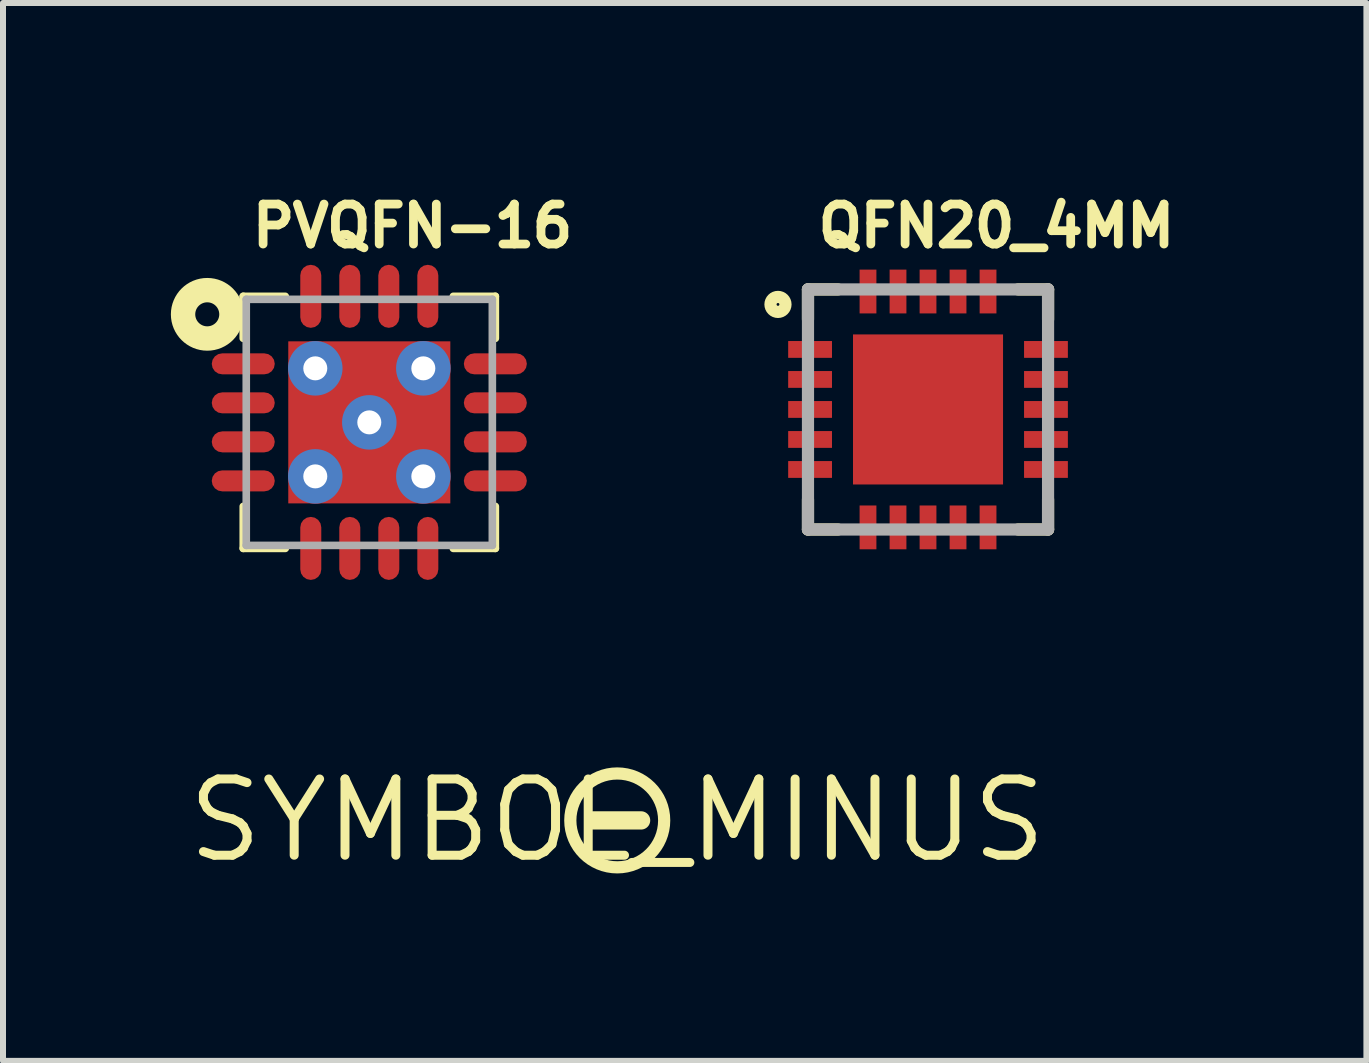
<source format=kicad_pcb>
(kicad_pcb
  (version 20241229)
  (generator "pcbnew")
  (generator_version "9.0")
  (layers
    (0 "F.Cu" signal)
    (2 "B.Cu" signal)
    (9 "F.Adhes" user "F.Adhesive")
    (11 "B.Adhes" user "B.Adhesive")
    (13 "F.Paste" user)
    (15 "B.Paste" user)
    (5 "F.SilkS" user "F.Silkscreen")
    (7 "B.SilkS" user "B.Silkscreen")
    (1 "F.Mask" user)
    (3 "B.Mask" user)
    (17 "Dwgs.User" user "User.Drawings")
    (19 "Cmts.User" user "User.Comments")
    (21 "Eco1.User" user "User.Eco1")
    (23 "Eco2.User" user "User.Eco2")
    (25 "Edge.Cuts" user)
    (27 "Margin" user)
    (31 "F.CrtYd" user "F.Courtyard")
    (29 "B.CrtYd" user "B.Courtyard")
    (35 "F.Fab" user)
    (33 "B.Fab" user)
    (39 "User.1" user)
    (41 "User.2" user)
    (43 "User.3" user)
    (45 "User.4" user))
  (footprint "QFN20_4MM"
    (layer "F.Cu")
    (at 12.412 3.772)
    (property "Reference" "QFN20_4MM" (at -1.905 -2.667 0) (layer "F.SilkS") (effects (font (size 0.666 0.666) (thickness 0.146)) (justify left bottom)))
    (fp_poly (pts (xy -2.4 -0.8) (xy -1.5 -0.8) (xy -1.5 -1.2) (xy -2.4 -1.2)) (stroke (width 0) (type solid)) (fill yes) (layer "F.Mask"))
    (fp_poly (pts (xy -2.4 -0.3) (xy -1.5 -0.3) (xy -1.5 -0.7) (xy -2.4 -0.7)) (stroke (width 0) (type solid)) (fill yes) (layer "F.Mask"))
    (fp_poly (pts (xy -2.4 0.2) (xy -1.5 0.2) (xy -1.5 -0.2) (xy -2.4 -0.2)) (stroke (width 0) (type solid)) (fill yes) (layer "F.Mask"))
    (fp_poly (pts (xy -2.4 0.7) (xy -1.5 0.7) (xy -1.5 0.3) (xy -2.4 0.3)) (stroke (width 0) (type solid)) (fill yes) (layer "F.Mask"))
    (fp_poly (pts (xy -2.4 1.2) (xy -1.5 1.2) (xy -1.5 0.8) (xy -2.4 0.8)) (stroke (width 0) (type solid)) (fill yes) (layer "F.Mask"))
    (fp_poly (pts (xy -1.2 -2.4) (xy -1.2 -1.5) (xy -0.8 -1.5) (xy -0.8 -2.4)) (stroke (width 0) (type solid)) (fill yes) (layer "F.Mask"))
    (fp_poly (pts (xy -0.8 2.4) (xy -0.8 1.5) (xy -1.2 1.5) (xy -1.2 2.4)) (stroke (width 0) (type solid)) (fill yes) (layer "F.Mask"))
    (fp_poly (pts (xy -0.7 -2.4) (xy -0.7 -1.5) (xy -0.3 -1.5) (xy -0.3 -2.4)) (stroke (width 0) (type solid)) (fill yes) (layer "F.Mask"))
    (fp_poly (pts (xy -0.3 2.4) (xy -0.3 1.5) (xy -0.7 1.5) (xy -0.7 2.4)) (stroke (width 0) (type solid)) (fill yes) (layer "F.Mask"))
    (fp_poly (pts (xy -0.2 -2.4) (xy -0.2 -1.5) (xy 0.2 -1.5) (xy 0.2 -2.4)) (stroke (width 0) (type solid)) (fill yes) (layer "F.Mask"))
    (fp_poly (pts (xy 0.2 2.4) (xy 0.2 1.5) (xy -0.2 1.5) (xy -0.2 2.4)) (stroke (width 0) (type solid)) (fill yes) (layer "F.Mask"))
    (fp_poly (pts (xy 0.3 -2.4) (xy 0.3 -1.5) (xy 0.7 -1.5) (xy 0.7 -2.4)) (stroke (width 0) (type solid)) (fill yes) (layer "F.Mask"))
    (fp_poly (pts (xy 0.7 2.4) (xy 0.7 1.5) (xy 0.3 1.5) (xy 0.3 2.4)) (stroke (width 0) (type solid)) (fill yes) (layer "F.Mask"))
    (fp_poly (pts (xy 0.8 -2.4) (xy 0.8 -1.5) (xy 1.2 -1.5) (xy 1.2 -2.4)) (stroke (width 0) (type solid)) (fill yes) (layer "F.Mask"))
    (fp_poly (pts (xy 1.2 2.4) (xy 1.2 1.5) (xy 0.8 1.5) (xy 0.8 2.4)) (stroke (width 0) (type solid)) (fill yes) (layer "F.Mask"))
    (fp_poly (pts (xy 2.4 -1.2) (xy 1.5 -1.2) (xy 1.5 -0.8) (xy 2.4 -0.8)) (stroke (width 0) (type solid)) (fill yes) (layer "F.Mask"))
    (fp_poly (pts (xy 2.4 -0.7) (xy 1.5 -0.7) (xy 1.5 -0.3) (xy 2.4 -0.3)) (stroke (width 0) (type solid)) (fill yes) (layer "F.Mask"))
    (fp_poly (pts (xy 2.4 -0.2) (xy 1.5 -0.2) (xy 1.5 0.2) (xy 2.4 0.2)) (stroke (width 0) (type solid)) (fill yes) (layer "F.Mask"))
    (fp_poly (pts (xy 2.4 0.3) (xy 1.5 0.3) (xy 1.5 0.7) (xy 2.4 0.7)) (stroke (width 0) (type solid)) (fill yes) (layer "F.Mask"))
    (fp_poly (pts (xy 2.4 0.8) (xy 1.5 0.8) (xy 1.5 1.2) (xy 2.4 1.2)) (stroke (width 0) (type solid)) (fill yes) (layer "F.Mask"))
    (fp_line (start -2 -2) (end -2 -1.5) (stroke (width 0.203) (type solid)) (layer "F.SilkS"))
    (fp_line (start -2 2) (end -2 1.5) (stroke (width 0.203) (type solid)) (layer "F.SilkS"))
    (fp_line (start -1.5 -2) (end -2 -2) (stroke (width 0.203) (type solid)) (layer "F.SilkS"))
    (fp_line (start -1.5 2) (end -2 2) (stroke (width 0.203) (type solid)) (layer "F.SilkS"))
    (fp_line (start 1.5 -2) (end 2 -2) (stroke (width 0.203) (type solid)) (layer "F.SilkS"))
    (fp_line (start 1.5 2) (end 2 2) (stroke (width 0.203) (type solid)) (layer "F.SilkS"))
    (fp_line (start 2 -2) (end 2 -1.5) (stroke (width 0.203) (type solid)) (layer "F.SilkS"))
    (fp_line (start 2 2) (end 2 1.5) (stroke (width 0.203) (type solid)) (layer "F.SilkS"))
    (fp_circle (center -2.5 -1.75) (end -2.375 -1.75) (stroke (width 0.203) (type solid)) (fill no) (layer "F.SilkS"))
    (fp_poly (pts (xy -1 -0.25) (xy -0.25 -0.25) (xy -0.25 -1) (xy -1 -1)) (stroke (width 0) (type solid)) (fill yes) (layer "F.Paste"))
    (fp_poly (pts (xy -1 1) (xy -0.25 1) (xy -0.25 0.25) (xy -1 0.25)) (stroke (width 0) (type solid)) (fill yes) (layer "F.Paste"))
    (fp_poly (pts (xy 0.25 -0.25) (xy 1 -0.25) (xy 1 -1) (xy 0.25 -1)) (stroke (width 0) (type solid)) (fill yes) (layer "F.Paste"))
    (fp_poly (pts (xy 0.25 1) (xy 1 1) (xy 1 0.25) (xy 0.25 0.25)) (stroke (width 0) (type solid)) (fill yes) (layer "F.Paste"))
    (fp_line (start -2 -2) (end 2 -2) (stroke (width 0.203) (type solid)) (layer "F.Fab"))
    (fp_line (start -2 2) (end -2 -2) (stroke (width 0.203) (type solid)) (layer "F.Fab"))
    (fp_line (start 2 -2) (end 2 2) (stroke (width 0.203) (type solid)) (layer "F.Fab"))
    (fp_line (start 2 2) (end -2 2) (stroke (width 0.203) (type solid)) (layer "F.Fab"))
    (pad "P$1" smd rect (at -1.965 -1 90) (size 0.28 0.73) (layers "F.Cu" "F.Paste"))
    (pad "P$2" smd rect (at -1.965 -0.5 90) (size 0.28 0.73) (layers "F.Cu" "F.Paste"))
    (pad "P$3" smd rect (at -1.965 0 90) (size 0.28 0.73) (layers "F.Cu" "F.Paste"))
    (pad "P$4" smd rect (at -1.965 0.5 90) (size 0.28 0.73) (layers "F.Cu" "F.Paste"))
    (pad "P$5" smd rect (at -1.965 1 90) (size 0.28 0.73) (layers "F.Cu" "F.Paste"))
    (pad "P$6" smd rect (at -1 1.965 180) (size 0.28 0.73) (layers "F.Cu" "F.Paste"))
    (pad "P$7" smd rect (at -0.5 1.965 180) (size 0.28 0.73) (layers "F.Cu" "F.Paste"))
    (pad "P$8" smd rect (at 0 1.965 180) (size 0.28 0.73) (layers "F.Cu" "F.Paste"))
    (pad "P$9" smd rect (at 0.5 1.965 180) (size 0.28 0.73) (layers "F.Cu" "F.Paste"))
    (pad "P$10" smd rect (at 1 1.965 180) (size 0.28 0.73) (layers "F.Cu" "F.Paste"))
    (pad "P$11" smd rect (at 1.965 1 270) (size 0.28 0.73) (layers "F.Cu" "F.Paste"))
    (pad "P$12" smd rect (at 1.965 0.5 270) (size 0.28 0.73) (layers "F.Cu" "F.Paste"))
    (pad "P$13" smd rect (at 1.965 0 270) (size 0.28 0.73) (layers "F.Cu" "F.Paste"))
    (pad "P$14" smd rect (at 1.965 -0.5 270) (size 0.28 0.73) (layers "F.Cu" "F.Paste"))
    (pad "P$15" smd rect (at 1.965 -1 270) (size 0.28 0.73) (layers "F.Cu" "F.Paste"))
    (pad "P$16" smd rect (at 1 -1.965) (size 0.28 0.73) (layers "F.Cu" "F.Paste"))
    (pad "P$17" smd rect (at 0.5 -1.965) (size 0.28 0.73) (layers "F.Cu" "F.Paste"))
    (pad "P$18" smd rect (at 0 -1.965) (size 0.28 0.73) (layers "F.Cu" "F.Paste"))
    (pad "P$19" smd rect (at -0.5 -1.965) (size 0.28 0.73) (layers "F.Cu" "F.Paste"))
    (pad "P$20" smd rect (at -1 -1.965) (size 0.28 0.73) (layers "F.Cu" "F.Paste"))
    (pad "P$21" smd rect (at 0 0) (size 2.5 2.5) (layers "F.Cu" "F.Mask")))
  (footprint "SYMBOL_MINUS"
    (layer "F.Cu")
    (at 7.234 10.619)
    (property "Reference" "SYMBOL_MINUS" (at 0 0 0) (layer "F.SilkS") (effects (font (size 1.27 1.27) (thickness 0.15))))
    (fp_line (start 0.397 0) (end -0.397 0) (stroke (width 0.305) (type solid)) (layer "F.SilkS"))
    (fp_circle (center 0 0) (end 0.782 0) (stroke (width 0.203) (type solid)) (fill no) (layer "F.SilkS")))
  (footprint "PVQFN-16"
    (layer "F.Cu")
    (at 3.103 3.987)
    (property "Reference" "PVQFN-16" (at -2.024 -2.882 0) (layer "F.SilkS") (effects (font (size 0.666 0.666) (thickness 0.146)) (justify left bottom)))
    (fp_line (start -2.1 -2.1) (end -2.1 -1.4) (stroke (width 0.127) (type solid)) (layer "F.SilkS"))
    (fp_line (start -2.1 1.4) (end -2.1 2.1) (stroke (width 0.127) (type solid)) (layer "F.SilkS"))
    (fp_line (start -2.1 2.1) (end -1.4 2.1) (stroke (width 0.127) (type solid)) (layer "F.SilkS"))
    (fp_line (start -1.4 -2.1) (end -2.1 -2.1) (stroke (width 0.127) (type solid)) (layer "F.SilkS"))
    (fp_line (start 1.4 -2.1) (end 2.1 -2.1) (stroke (width 0.127) (type solid)) (layer "F.SilkS"))
    (fp_line (start 2.1 -2.1) (end 2.1 -1.4) (stroke (width 0.127) (type solid)) (layer "F.SilkS"))
    (fp_line (start 2.1 1.4) (end 2.1 2.1) (stroke (width 0.127) (type solid)) (layer "F.SilkS"))
    (fp_line (start 2.1 2.1) (end 1.4 2.1) (stroke (width 0.127) (type solid)) (layer "F.SilkS"))
    (fp_circle (center -2.7 -1.8) (end -2.5 -1.8) (stroke (width 0.406) (type solid)) (fill no) (layer "F.SilkS"))
    (fp_poly (pts (xy -0.6 0.3) (xy -0.6 -0.3) (xy -1.3 -0.3) (xy -1.3 0.3)) (stroke (width 0) (type solid)) (fill yes) (layer "F.Paste"))
    (fp_poly (pts (xy -0.3 -0.6) (xy 0.3 -0.6) (xy 0.3 -1.3) (xy -0.3 -1.3)) (stroke (width 0) (type solid)) (fill yes) (layer "F.Paste"))
    (fp_poly (pts (xy -0.3 1.3) (xy 0.3 1.3) (xy 0.3 0.6) (xy -0.3 0.6)) (stroke (width 0) (type solid)) (fill yes) (layer "F.Paste"))
    (fp_poly (pts (xy 1.3 0.3) (xy 1.3 -0.3) (xy 0.6 -0.3) (xy 0.6 0.3)) (stroke (width 0) (type solid)) (fill yes) (layer "F.Paste"))
    (fp_line (start -2.05 -2.05) (end 2.05 -2.05) (stroke (width 0.127) (type solid)) (layer "F.Fab"))
    (fp_line (start -2.05 2.05) (end -2.05 -2.05) (stroke (width 0.127) (type solid)) (layer "F.Fab"))
    (fp_line (start 2.05 -2.05) (end 2.05 2.05) (stroke (width 0.127) (type solid)) (layer "F.Fab"))
    (fp_line (start 2.05 2.05) (end -2.05 2.05) (stroke (width 0.127) (type solid)) (layer "F.Fab"))
    (pad "1" smd roundrect (at -2.1 -0.975) (size 1.05 0.35) (layers "F.Cu" "F.Mask" "F.Paste") (roundrect_rratio 0.5))
    (pad "2" smd roundrect (at -2.1 -0.325) (size 1.05 0.35) (layers "F.Cu" "F.Mask" "F.Paste") (roundrect_rratio 0.5))
    (pad "3" smd roundrect (at -2.1 0.325) (size 1.05 0.35) (layers "F.Cu" "F.Mask" "F.Paste") (roundrect_rratio 0.5))
    (pad "4" smd roundrect (at -2.1 0.975) (size 1.05 0.35) (layers "F.Cu" "F.Mask" "F.Paste") (roundrect_rratio 0.5))
    (pad "5" smd roundrect (at -0.975 2.1 90) (size 1.05 0.35) (layers "F.Cu" "F.Mask" "F.Paste") (roundrect_rratio 0.5))
    (pad "6" smd roundrect (at -0.325 2.1 90) (size 1.05 0.35) (layers "F.Cu" "F.Mask" "F.Paste") (roundrect_rratio 0.5))
    (pad "7" smd roundrect (at 0.325 2.1 90) (size 1.05 0.35) (layers "F.Cu" "F.Mask" "F.Paste") (roundrect_rratio 0.5))
    (pad "8" smd roundrect (at 0.975 2.1 90) (size 1.05 0.35) (layers "F.Cu" "F.Mask" "F.Paste") (roundrect_rratio 0.5))
    (pad "9" smd roundrect (at 2.1 0.975 180) (size 1.05 0.35) (layers "F.Cu" "F.Mask" "F.Paste") (roundrect_rratio 0.5))
    (pad "10" smd roundrect (at 2.1 0.325 180) (size 1.05 0.35) (layers "F.Cu" "F.Mask" "F.Paste") (roundrect_rratio 0.5))
    (pad "11" smd roundrect (at 2.1 -0.325 180) (size 1.05 0.35) (layers "F.Cu" "F.Mask" "F.Paste") (roundrect_rratio 0.5))
    (pad "12" smd roundrect (at 2.1 -0.975 180) (size 1.05 0.35) (layers "F.Cu" "F.Mask" "F.Paste") (roundrect_rratio 0.5))
    (pad "13" smd roundrect (at 0.975 -2.1 270) (size 1.05 0.35) (layers "F.Cu" "F.Mask" "F.Paste") (roundrect_rratio 0.5))
    (pad "14" smd roundrect (at 0.325 -2.1 270) (size 1.05 0.35) (layers "F.Cu" "F.Mask" "F.Paste") (roundrect_rratio 0.5))
    (pad "15" smd roundrect (at -0.325 -2.1 270) (size 1.05 0.35) (layers "F.Cu" "F.Mask" "F.Paste") (roundrect_rratio 0.5))
    (pad "16" smd roundrect (at -0.975 -2.1 270) (size 1.05 0.35) (layers "F.Cu" "F.Mask" "F.Paste") (roundrect_rratio 0.5))
    (pad "P$18" thru_hole circle (at 0 0) (size 0.908 0.908) (drill 0.4) (layers "*.Cu" "*.Mask"))
    (pad "P$19" thru_hole circle (at -0.9 -0.9) (size 0.908 0.908) (drill 0.4) (layers "*.Cu" "*.Mask"))
    (pad "P$20" thru_hole circle (at 0.9 -0.9) (size 0.908 0.908) (drill 0.4) (layers "*.Cu" "*.Mask"))
    (pad "P$21" thru_hole circle (at 0.9 0.9) (size 0.908 0.908) (drill 0.4) (layers "*.Cu" "*.Mask"))
    (pad "P$22" thru_hole circle (at -0.9 0.9) (size 0.908 0.908) (drill 0.4) (layers "*.Cu" "*.Mask"))
    (pad "THERMAL" smd rect (at 0 0) (size 2.7 2.7) (layers "F.Cu" "F.Mask")))
  (gr_rect
    (start -3 -3)
    (end 19.716 14.625)
    (stroke (width 0.1) (type default))
    (fill no)
    (layer "Edge.Cuts")))
</source>
